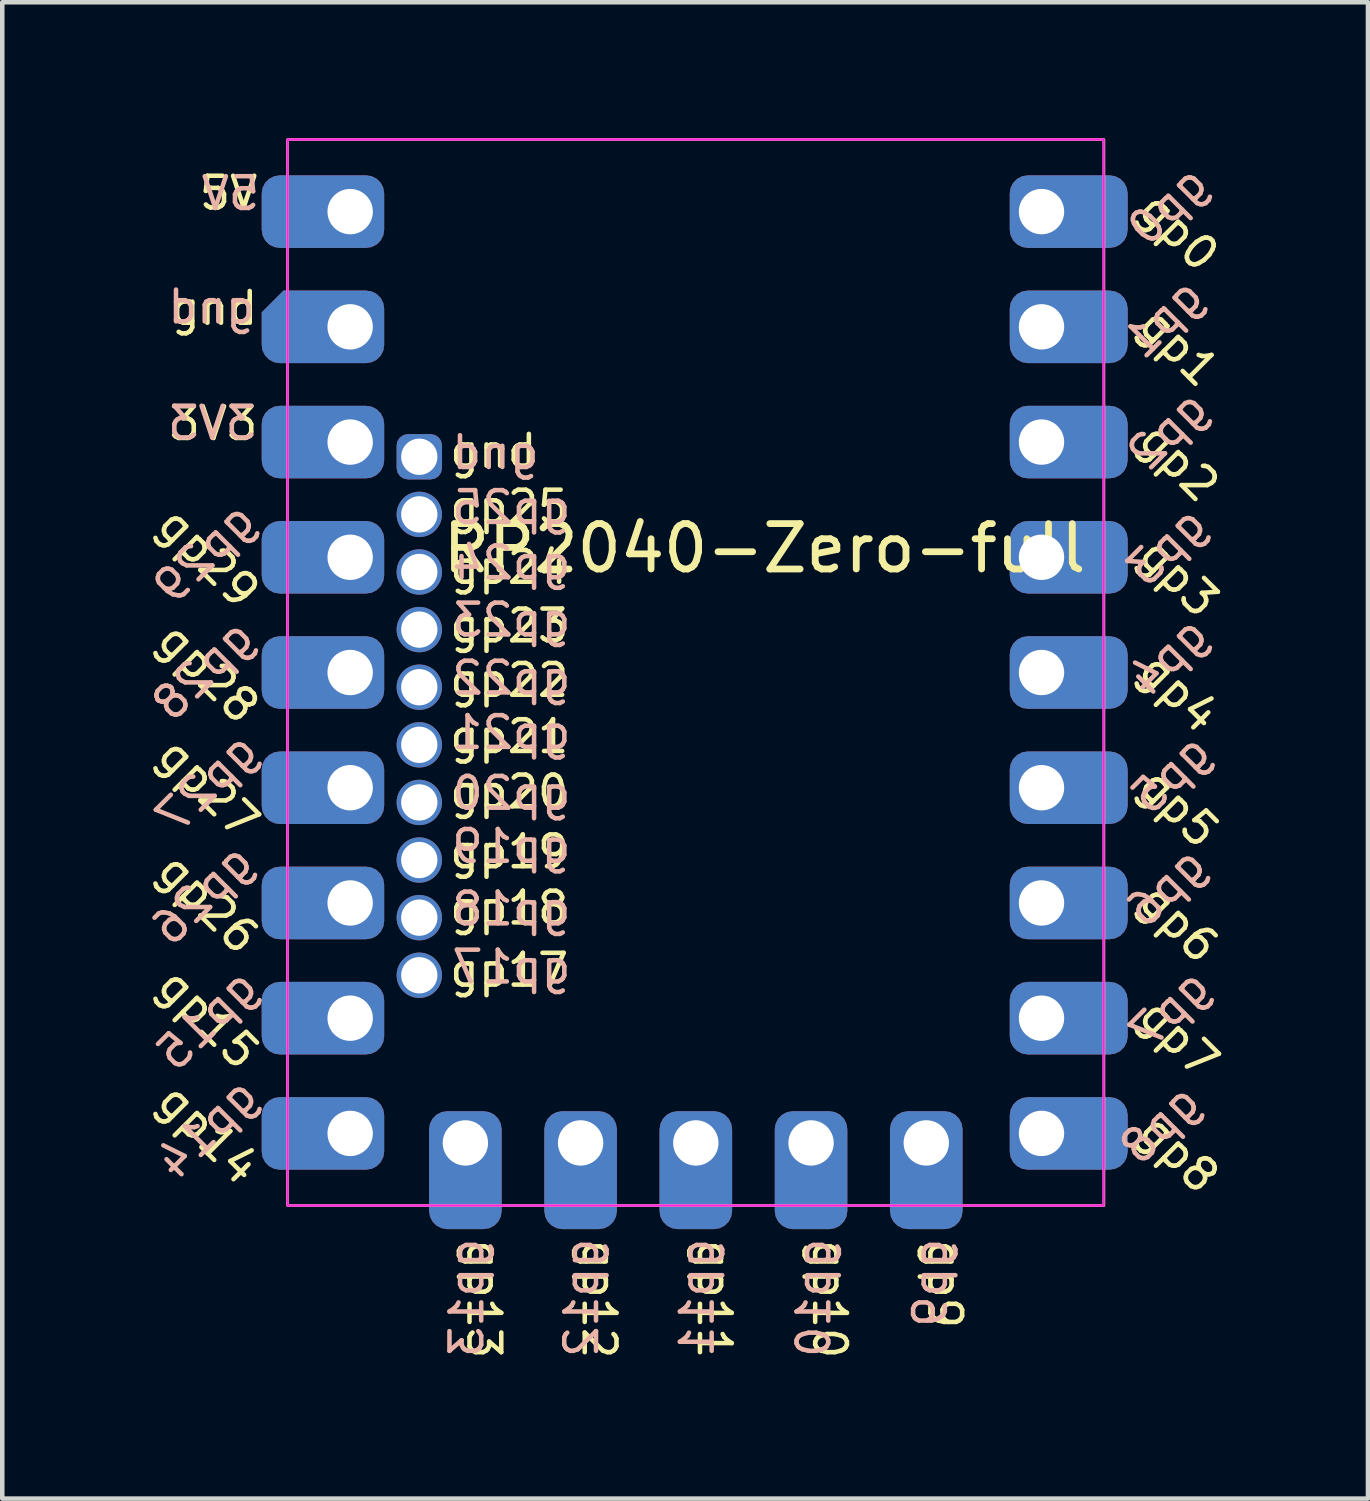
<source format=kicad_pcb>
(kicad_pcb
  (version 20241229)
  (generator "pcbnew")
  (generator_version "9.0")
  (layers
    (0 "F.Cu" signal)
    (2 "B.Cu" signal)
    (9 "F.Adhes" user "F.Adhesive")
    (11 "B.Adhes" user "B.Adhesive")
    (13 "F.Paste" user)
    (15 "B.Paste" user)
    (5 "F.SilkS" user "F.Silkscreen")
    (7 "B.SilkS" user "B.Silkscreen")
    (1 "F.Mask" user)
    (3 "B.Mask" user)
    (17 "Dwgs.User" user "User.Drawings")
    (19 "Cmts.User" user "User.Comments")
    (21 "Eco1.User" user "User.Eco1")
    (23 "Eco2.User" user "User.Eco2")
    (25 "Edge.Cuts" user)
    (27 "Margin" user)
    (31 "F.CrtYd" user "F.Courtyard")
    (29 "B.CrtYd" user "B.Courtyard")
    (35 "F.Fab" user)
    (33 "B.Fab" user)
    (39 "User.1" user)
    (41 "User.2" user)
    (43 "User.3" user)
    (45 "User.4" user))
  (footprint "RP2040-Zero-full"
    (layer "F.Cu")
    (at 12.289 11.775)
    (property "Reference" "RP2040-Zero-full" (at 1.513 -2.737 0) (unlocked yes) (layer "F.SilkS") (effects (font (size 1 1) (thickness 0.15))))
    (attr smd)
    (fp_rect (start -9 -11.75) (end 9 11.75) (stroke (width 0.05) (type default)) (fill no) (layer "F.SilkS"))
    (fp_rect (start -9 -11.75) (end 8.99 11.75) (stroke (width 0.05) (type default)) (fill no) (layer "B.SilkS"))
    (fp_rect (start -9 -11.75) (end 8.99 11.75) (stroke (width 0.05) (type default)) (fill no) (layer "F.CrtYd"))
    (fp_text user "gp23" (at -5.48 -0.62 0) (unlocked yes) (layer "F.SilkS") (effects (font (size 0.7 0.7) (thickness 0.1)) (justify left bottom)))
    (fp_text user "gp8" (at 9.63 10.16 315) (unlocked yes) (layer "F.SilkS") (effects (font (size 0.7 0.7) (thickness 0.1)) (justify left bottom)))
    (fp_text user "gp21" (at -5.48 1.82 0) (unlocked yes) (layer "F.SilkS") (effects (font (size 0.7 0.7) (thickness 0.1)) (justify left bottom)))
    (fp_text user "gp7" (at 9.63 7.62 315) (unlocked yes) (layer "F.SilkS") (effects (font (size 0.7 0.7) (thickness 0.1)) (justify left bottom)))
    (fp_text user "gp11" (at 0 12.45 270) (unlocked yes) (layer "F.SilkS") (effects (font (size 0.7 0.7) (thickness 0.1)) (justify left bottom)))
    (fp_text user "gp24" (at -5.48 -1.91 0) (unlocked yes) (layer "F.SilkS") (effects (font (size 0.7 0.7) (thickness 0.1)) (justify left bottom)))
    (fp_text user "3V3" (at -11.667 -5.08 0) (unlocked yes) (layer "F.SilkS") (effects (font (size 0.7 0.7) (thickness 0.1)) (justify left bottom)))
    (fp_text user "gp6" (at 9.63 5.08 315) (unlocked yes) (layer "F.SilkS") (effects (font (size 0.7 0.7) (thickness 0.1)) (justify left bottom)))
    (fp_text user "gp3" (at 9.63 -2.54 315) (unlocked yes) (layer "F.SilkS") (effects (font (size 0.7 0.7) (thickness 0.1)) (justify left bottom)))
    (fp_text user "gp14" (at -12 9.49 315) (unlocked yes) (layer "F.SilkS") (effects (font (size 0.7 0.7) (thickness 0.1)) (justify left bottom)))
    (fp_text user "gnd" (at -5.48 -4.47 0) (unlocked yes) (layer "F.SilkS") (effects (font (size 0.7 0.7) (thickness 0.1)) (justify left bottom)))
    (fp_text user "gp28" (at -12 -0.67 315) (unlocked yes) (layer "F.SilkS") (effects (font (size 0.7 0.7) (thickness 0.1)) (justify left bottom)))
    (fp_text user "gp0" (at 9.63 -10.16 315) (unlocked yes) (layer "F.SilkS") (effects (font (size 0.7 0.7) (thickness 0.1)) (justify left bottom)))
    (fp_text user "gp4" (at 9.63 0 315) (unlocked yes) (layer "F.SilkS") (effects (font (size 0.7 0.7) (thickness 0.1)) (justify left bottom)))
    (fp_text user "gp29" (at -12 -3.21 315) (unlocked yes) (layer "F.SilkS") (effects (font (size 0.7 0.7) (thickness 0.1)) (justify left bottom)))
    (fp_text user "gp2" (at 9.63 -5.08 315) (unlocked yes) (layer "F.SilkS") (effects (font (size 0.7 0.7) (thickness 0.1)) (justify left bottom)))
    (fp_text user "5V" (at -11 -10.16 0) (unlocked yes) (layer "F.SilkS") (effects (font (size 0.7 0.7) (thickness 0.1)) (justify left bottom)))
    (fp_text user "gp1" (at 9.63 -7.62 315) (unlocked yes) (layer "F.SilkS") (effects (font (size 0.7 0.7) (thickness 0.1)) (justify left bottom)))
    (fp_text user "gp27" (at -12 1.87 315) (unlocked yes) (layer "F.SilkS") (effects (font (size 0.7 0.7) (thickness 0.1)) (justify left bottom)))
    (fp_text user "gp18" (at -5.48 5.6 0) (unlocked yes) (layer "F.SilkS") (effects (font (size 0.7 0.7) (thickness 0.1)) (justify left bottom)))
    (fp_text user "gp26" (at -12 4.41 315) (unlocked yes) (layer "F.SilkS") (effects (font (size 0.7 0.7) (thickness 0.1)) (justify left bottom)))
    (fp_text user "gp10" (at 2.54 12.45 270) (unlocked yes) (layer "F.SilkS") (effects (font (size 0.7 0.7) (thickness 0.1)) (justify left bottom)))
    (fp_text user "gp25" (at -5.48 -3.24 0) (unlocked yes) (layer "F.SilkS") (effects (font (size 0.7 0.7) (thickness 0.1)) (justify left bottom)))
    (fp_text user "gp17" (at -5.48 6.97 0) (unlocked yes) (layer "F.SilkS") (effects (font (size 0.7 0.7) (thickness 0.1)) (justify left bottom)))
    (fp_text user "gp13" (at -5.08 12.45 270) (unlocked yes) (layer "F.SilkS") (effects (font (size 0.7 0.7) (thickness 0.1)) (justify left bottom)))
    (fp_text user "gp5" (at 9.63 2.54 315) (unlocked yes) (layer "F.SilkS") (effects (font (size 0.7 0.7) (thickness 0.1)) (justify left bottom)))
    (fp_text user "gp15" (at -12 6.95 315) (unlocked yes) (layer "F.SilkS") (effects (font (size 0.7 0.7) (thickness 0.1)) (justify left bottom)))
    (fp_text user "gp20" (at -5.48 3.04 0) (unlocked yes) (layer "F.SilkS") (effects (font (size 0.7 0.7) (thickness 0.1)) (justify left bottom)))
    (fp_text user "gp9" (at 5.08 12.45 270) (unlocked yes) (layer "F.SilkS") (effects (font (size 0.7 0.7) (thickness 0.1)) (justify left bottom)))
    (fp_text user "gnd" (at -11.633 -7.62 0) (unlocked yes) (layer "F.SilkS") (effects (font (size 0.7 0.7) (thickness 0.1)) (justify left bottom)))
    (fp_text user "gp22" (at -5.48 0.58 0) (unlocked yes) (layer "F.SilkS") (effects (font (size 0.7 0.7) (thickness 0.1)) (justify left bottom)))
    (fp_text user "gp19" (at -5.48 4.36 0) (unlocked yes) (layer "F.SilkS") (effects (font (size 0.7 0.7) (thickness 0.1)) (justify left bottom)))
    (fp_text user "gp12" (at -2.54 12.45 270) (unlocked yes) (layer "F.SilkS") (effects (font (size 0.7 0.7) (thickness 0.1)) (justify left bottom)))
    (fp_text user "gp19" (at -2.7 4.24 0) (unlocked yes) (layer "B.SilkS") (effects (font (size 0.7 0.7) (thickness 0.1)) (justify left bottom mirror)))
    (fp_text user "3V3" (at -9.63 -5.09 0) (unlocked yes) (layer "B.SilkS") (effects (font (size 0.7 0.7) (thickness 0.1)) (justify left bottom mirror)))
    (fp_text user "gp25" (at -2.7 -3.23 0) (unlocked yes) (layer "B.SilkS") (effects (font (size 0.7 0.7) (thickness 0.1)) (justify left bottom mirror)))
    (fp_text user "gp5" (at 11.48 1.8 45) (unlocked yes) (layer "B.SilkS") (effects (font (size 0.7 0.7) (thickness 0.1)) (justify left bottom mirror)))
    (fp_text user "gp14" (at -9.53 9.38 45) (unlocked yes) (layer "B.SilkS") (effects (font (size 0.7 0.7) (thickness 0.1)) (justify left bottom mirror)))
    (fp_text user "gp13" (at -4.64 12.42 90) (unlocked yes) (layer "B.SilkS") (effects (font (size 0.7 0.7) (thickness 0.1)) (justify left bottom mirror)))
    (fp_text user "gp27" (at -9.53 1.77 45) (unlocked yes) (layer "B.SilkS") (effects (font (size 0.7 0.7) (thickness 0.1)) (justify left bottom mirror)))
    (fp_text user "gp12" (at -2.11 12.42 90) (unlocked yes) (layer "B.SilkS") (effects (font (size 0.7 0.7) (thickness 0.1)) (justify left bottom mirror)))
    (fp_text user "gp11" (at 0.44 12.42 90) (unlocked yes) (layer "B.SilkS") (effects (font (size 0.7 0.7) (thickness 0.1)) (justify left bottom mirror)))
    (fp_text user "gp2" (at 11.42 -5.78 45) (unlocked yes) (layer "B.SilkS") (effects (font (size 0.7 0.7) (thickness 0.1)) (justify left bottom mirror)))
    (fp_text user "gp23" (at -2.7 -0.75 0) (unlocked yes) (layer "B.SilkS") (effects (font (size 0.7 0.7) (thickness 0.1)) (justify left bottom mirror)))
    (fp_text user "gp20" (at -2.7 3.07 0) (unlocked yes) (layer "B.SilkS") (effects (font (size 0.7 0.7) (thickness 0.1)) (justify left bottom mirror)))
    (fp_text user "gnd" (at -3.4 -4.44 0) (unlocked yes) (layer "B.SilkS") (effects (font (size 0.7 0.7) (thickness 0.1)) (justify left bottom mirror)))
    (fp_text user "gp29" (at -9.58 -3.31 45) (unlocked yes) (layer "B.SilkS") (effects (font (size 0.7 0.7) (thickness 0.1)) (justify left bottom mirror)))
    (fp_text user "gp1" (at 11.32 -8.25 45) (unlocked yes) (layer "B.SilkS") (effects (font (size 0.7 0.7) (thickness 0.1)) (justify left bottom mirror)))
    (fp_text user "gp7" (at 11.46 6.98 45) (unlocked yes) (layer "B.SilkS") (effects (font (size 0.7 0.7) (thickness 0.1)) (justify left bottom mirror)))
    (fp_text user "gp8" (at 11.25 9.52 45) (unlocked yes) (layer "B.SilkS") (effects (font (size 0.7 0.7) (thickness 0.1)) (justify left bottom mirror)))
    (fp_text user "gp18" (at -2.7 5.62 0) (unlocked yes) (layer "B.SilkS") (effects (font (size 0.7 0.7) (thickness 0.1)) (justify left bottom mirror)))
    (fp_text user "gp17" (at -2.7 6.9 0) (unlocked yes) (layer "B.SilkS") (effects (font (size 0.7 0.7) (thickness 0.1)) (justify left bottom mirror)))
    (fp_text user "gp24" (at -2.7 -2.01 0) (unlocked yes) (layer "B.SilkS") (effects (font (size 0.7 0.7) (thickness 0.1)) (justify left bottom mirror)))
    (fp_text user "gp22" (at -2.7 0.53 0) (unlocked yes) (layer "B.SilkS") (effects (font (size 0.7 0.7) (thickness 0.1)) (justify left bottom mirror)))
    (fp_text user "gp0" (at 11.42 -10.73 45) (unlocked yes) (layer "B.SilkS") (effects (font (size 0.7 0.7) (thickness 0.1)) (justify left bottom mirror)))
    (fp_text user "gp4" (at 11.42 -0.79 45) (unlocked yes) (layer "B.SilkS") (effects (font (size 0.7 0.7) (thickness 0.1)) (justify left bottom mirror)))
    (fp_text user "gp6" (at 11.38 4.29 45) (unlocked yes) (layer "B.SilkS") (effects (font (size 0.7 0.7) (thickness 0.1)) (justify left bottom mirror)))
    (fp_text user "gp3" (at 11.39 -3.22 45) (unlocked yes) (layer "B.SilkS") (effects (font (size 0.7 0.7) (thickness 0.1)) (justify left bottom mirror)))
    (fp_text user "gp21" (at -2.7 1.73 0) (unlocked yes) (layer "B.SilkS") (effects (font (size 0.7 0.7) (thickness 0.1)) (justify left bottom mirror)))
    (fp_text user "gp28" (at -9.61 -0.73 45) (unlocked yes) (layer "B.SilkS") (effects (font (size 0.7 0.7) (thickness 0.1)) (justify left bottom mirror)))
    (fp_text user "gp9" (at 5.58 12.42 90) (unlocked yes) (layer "B.SilkS") (effects (font (size 0.7 0.7) (thickness 0.1)) (justify left bottom mirror)))
    (fp_text user "gp26" (at -9.63 4.22 45) (unlocked yes) (layer "B.SilkS") (effects (font (size 0.7 0.7) (thickness 0.1)) (justify left bottom mirror)))
    (fp_text user "gnd" (at -9.66 -7.65 0) (unlocked yes) (layer "B.SilkS") (effects (font (size 0.7 0.7) (thickness 0.1)) (justify left bottom mirror)))
    (fp_text user "gp15" (at -9.53 6.98 45) (unlocked yes) (layer "B.SilkS") (effects (font (size 0.7 0.7) (thickness 0.1)) (justify left bottom mirror)))
    (fp_text user "gp10" (at 3.01 12.42 90) (unlocked yes) (layer "B.SilkS") (effects (font (size 0.7 0.7) (thickness 0.1)) (justify left bottom mirror)))
    (fp_text user "5V" (at -9.56 -10.15 0) (unlocked yes) (layer "B.SilkS") (effects (font (size 0.7 0.7) (thickness 0.1)) (justify left bottom mirror)))
    (pad "1" thru_hole roundrect (at 7.62 -10.16) (size 2.6 1.6) (drill 1 (offset 0.6 0)) (layers "*.Cu" "*.Mask") (roundrect_rratio 0.25) (chamfer_ratio 0.2) (chamfer))
    (pad "2" thru_hole roundrect (at 7.62 -7.62) (size 2.6 1.6) (drill 1 (offset 0.6 0)) (layers "*.Cu" "*.Mask") (roundrect_rratio 0.25) (chamfer_ratio 0.2) (chamfer))
    (pad "3" thru_hole roundrect (at 7.62 -5.08) (size 2.6 1.6) (drill 1 (offset 0.6 0)) (layers "*.Cu" "*.Mask") (roundrect_rratio 0.25) (chamfer_ratio 0.2) (chamfer))
    (pad "4" thru_hole roundrect (at 7.62 -2.54) (size 2.6 1.6) (drill 1 (offset 0.6 0)) (layers "*.Cu" "*.Mask") (roundrect_rratio 0.25) (chamfer_ratio 0.2) (chamfer))
    (pad "5" thru_hole roundrect (at 7.62 0) (size 2.6 1.6) (drill 1 (offset 0.6 0)) (layers "*.Cu" "*.Mask") (roundrect_rratio 0.25) (chamfer_ratio 0.2) (chamfer))
    (pad "6" thru_hole roundrect (at 7.62 2.54) (size 2.6 1.6) (drill 1 (offset 0.6 0)) (layers "*.Cu" "*.Mask") (roundrect_rratio 0.25) (chamfer_ratio 0.2) (chamfer))
    (pad "7" thru_hole roundrect (at 7.62 5.08) (size 2.6 1.6) (drill 1 (offset 0.6 0)) (layers "*.Cu" "*.Mask") (roundrect_rratio 0.25) (chamfer_ratio 0.2) (chamfer))
    (pad "8" thru_hole roundrect (at 7.62 7.62) (size 2.6 1.6) (drill 1 (offset 0.6 0)) (layers "*.Cu" "*.Mask") (roundrect_rratio 0.25) (chamfer_ratio 0.2) (chamfer))
    (pad "9" thru_hole roundrect (at 7.62 10.16) (size 2.6 1.6) (drill 1 (offset 0.6 0)) (layers "*.Cu" "*.Mask") (roundrect_rratio 0.25) (chamfer_ratio 0.2) (chamfer))
    (pad "10" thru_hole roundrect (at 5.08 10.37) (size 1.6 2.6) (drill 1 (offset 0 0.6)) (layers "*.Cu" "*.Mask") (roundrect_rratio 0.25) (chamfer_ratio 0.2) (chamfer))
    (pad "11" thru_hole roundrect (at 2.54 10.37) (size 1.6 2.6) (drill 1 (offset 0 0.6)) (layers "*.Cu" "*.Mask") (roundrect_rratio 0.25) (chamfer_ratio 0.2) (chamfer))
    (pad "12" thru_hole roundrect (at 0 10.37) (size 1.6 2.6) (drill 1 (offset 0 0.6)) (layers "*.Cu" "*.Mask") (roundrect_rratio 0.25) (chamfer_ratio 0.2) (chamfer))
    (pad "13" thru_hole roundrect (at -2.54 10.37) (size 1.6 2.6) (drill 1 (offset 0 0.6)) (layers "*.Cu" "*.Mask") (roundrect_rratio 0.25) (chamfer_ratio 0.2) (chamfer))
    (pad "14" thru_hole roundrect (at -5.08 10.37) (size 1.6 2.6) (drill 1 (offset 0 0.6)) (layers "*.Cu" "*.Mask") (roundrect_rratio 0.25) (chamfer_ratio 0.2) (chamfer))
    (pad "15" thru_hole roundrect (at -7.62 10.16) (size 2.7 1.6) (drill 1 (offset -0.6 0)) (layers "*.Cu" "*.Mask") (roundrect_rratio 0.25) (chamfer_ratio 0.2) (chamfer))
    (pad "16" thru_hole roundrect (at -7.62 7.62) (size 2.7 1.6) (drill 1 (offset -0.6 0)) (layers "*.Cu" "*.Mask") (roundrect_rratio 0.25) (chamfer_ratio 0.2) (chamfer))
    (pad "17" thru_hole roundrect (at -7.62 5.08) (size 2.7 1.6) (drill 1 (offset -0.6 0)) (layers "*.Cu" "*.Mask") (roundrect_rratio 0.25) (chamfer_ratio 0.2) (chamfer))
    (pad "18" thru_hole roundrect (at -7.62 2.54) (size 2.7 1.6) (drill 1 (offset -0.6 0)) (layers "*.Cu" "*.Mask") (roundrect_rratio 0.25) (chamfer_ratio 0.2) (chamfer))
    (pad "19" thru_hole roundrect (at -7.62 0) (size 2.7 1.6) (drill 1 (offset -0.6 0)) (layers "*.Cu" "*.Mask") (roundrect_rratio 0.25) (chamfer_ratio 0.2) (chamfer))
    (pad "20" thru_hole roundrect (at -7.62 -2.54) (size 2.7 1.6) (drill 1 (offset -0.6 0)) (layers "*.Cu" "*.Mask") (roundrect_rratio 0.25) (chamfer_ratio 0.2) (chamfer))
    (pad "21" thru_hole roundrect (at -7.62 -5.08) (size 2.7 1.6) (drill 1 (offset -0.6 0)) (layers "*.Cu" "*.Mask") (roundrect_rratio 0.25) (chamfer_ratio 0.2) (chamfer))
    (pad "22" thru_hole roundrect (at -7.62 -7.62) (size 2.7 1.6) (drill 1 (offset -0.6 0)) (layers "*.Cu" "*.Mask") (roundrect_rratio 0.25) (chamfer_ratio 0.3) (chamfer top_left))
    (pad "23" thru_hole roundrect (at -7.62 -10.16) (size 2.7 1.6) (drill 1 (offset -0.6 0)) (layers "*.Cu" "*.Mask") (roundrect_rratio 0.25) (chamfer_ratio 0.2) (chamfer))
    (pad "24" thru_hole circle (at -6.096 6.674) (size 1 1) (drill 0.8) (layers "*.Cu" "*.Mask"))
    (pad "25" thru_hole circle (at -6.096 5.404) (size 1 1) (drill 0.8) (layers "*.Cu" "*.Mask"))
    (pad "26" thru_hole circle (at -6.096 4.134) (size 1 1) (drill 0.8) (layers "*.Cu" "*.Mask"))
    (pad "27" thru_hole circle (at -6.096 2.864) (size 1 1) (drill 0.8) (layers "*.Cu" "*.Mask"))
    (pad "28" thru_hole circle (at -6.096 1.594) (size 1 1) (drill 0.8) (layers "*.Cu" "*.Mask"))
    (pad "29" thru_hole circle (at -6.096 0.324) (size 1 1) (drill 0.8) (layers "*.Cu" "*.Mask"))
    (pad "30" thru_hole circle (at -6.096 -0.946) (size 1 1) (drill 0.8) (layers "*.Cu" "*.Mask"))
    (pad "31" thru_hole circle (at -6.096 -2.216) (size 1 1) (drill 0.8) (layers "*.Cu" "*.Mask"))
    (pad "32" thru_hole circle (at -6.096 -3.486) (size 1 1) (drill 0.8) (layers "*.Cu" "*.Mask"))
    (pad "33" thru_hole roundrect (at -6.096 -4.756) (size 1 1) (drill 0.8) (layers "*.Cu" "*.Mask") (roundrect_rratio 0.25)))
  (gr_rect
    (start -3 -3)
    (end 27.106 29.985)
    (stroke (width 0.1) (type default))
    (fill no)
    (layer "Edge.Cuts")))
</source>
